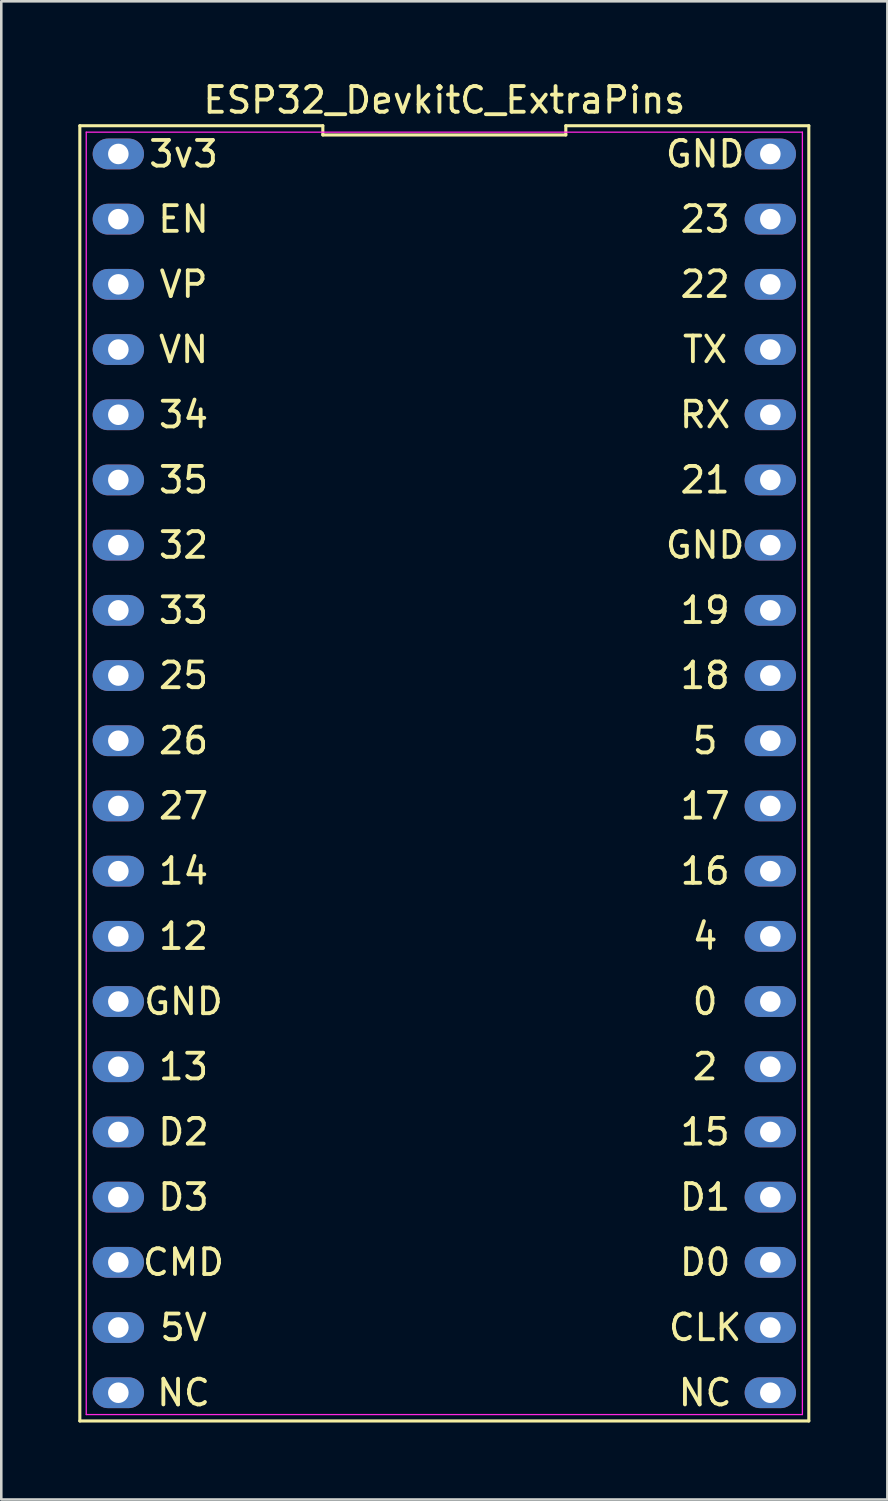
<source format=kicad_pcb>
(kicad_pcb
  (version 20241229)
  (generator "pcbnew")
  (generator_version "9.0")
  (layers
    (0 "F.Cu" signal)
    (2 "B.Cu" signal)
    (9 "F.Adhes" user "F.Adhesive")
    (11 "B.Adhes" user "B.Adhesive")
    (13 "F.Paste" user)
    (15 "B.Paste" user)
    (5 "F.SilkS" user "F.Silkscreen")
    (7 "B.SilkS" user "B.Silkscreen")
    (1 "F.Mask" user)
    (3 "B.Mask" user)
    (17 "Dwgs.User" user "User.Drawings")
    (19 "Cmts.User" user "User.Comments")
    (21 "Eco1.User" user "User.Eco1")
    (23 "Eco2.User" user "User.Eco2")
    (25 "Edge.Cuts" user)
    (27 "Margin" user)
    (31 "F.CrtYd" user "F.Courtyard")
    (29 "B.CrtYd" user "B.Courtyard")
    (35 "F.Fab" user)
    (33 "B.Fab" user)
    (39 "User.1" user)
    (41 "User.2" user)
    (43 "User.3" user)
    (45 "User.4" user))
  (footprint "ESP32_DevkitC_ExtraPins"
    (layer "F.Cu")
    (at 14.26 25.808)
    (property "Reference" "ESP32_DevkitC_ExtraPins" (at 0 -24.96 0) (layer "F.SilkS") (effects (font (size 1 1) (thickness 0.15))))
    (attr through_hole)
    (fp_line (start -14.2 26.5) (end 14.2 26.5) (stroke (width 0.12) (type solid)) (layer "F.SilkS"))
    (fp_line (start -14.2 -23.96) (end -14.2 26.5) (stroke (width 0.12) (type solid)) (layer "F.SilkS"))
    (fp_line (start -4.733 -23.96) (end -14.2 -23.96) (stroke (width 0.12) (type solid)) (layer "F.SilkS"))
    (fp_line (start -4.733 -23.6) (end -4.733 -23.96) (stroke (width 0.12) (type solid)) (layer "F.SilkS"))
    (fp_line (start 4.733 -23.96) (end 4.733 -23.6) (stroke (width 0.12) (type solid)) (layer "F.SilkS"))
    (fp_line (start 4.733 -23.6) (end -4.733 -23.6) (stroke (width 0.12) (type solid)) (layer "F.SilkS"))
    (fp_line (start 14.2 26.5) (end 14.2 -23.96) (stroke (width 0.12) (type solid)) (layer "F.SilkS"))
    (fp_line (start 14.2 -23.96) (end 4.733 -23.96) (stroke (width 0.12) (type solid)) (layer "F.SilkS"))
    (fp_line (start -13.95 -23.71) (end 13.95 -23.71) (stroke (width 0.05) (type solid)) (layer "F.CrtYd"))
    (fp_line (start -13.95 26.25) (end -13.95 -23.71) (stroke (width 0.05) (type solid)) (layer "F.CrtYd"))
    (fp_line (start 13.95 -23.71) (end 13.95 26.25) (stroke (width 0.05) (type solid)) (layer "F.CrtYd"))
    (fp_line (start 13.95 26.25) (end -13.95 26.25) (stroke (width 0.05) (type solid)) (layer "F.CrtYd"))
    (fp_text user "VP" (at -10.16 -17.78 0) (layer "F.SilkS") (effects (font (size 1 1) (thickness 0.15))))
    (fp_text user "EN" (at -10.16 -20.32 180) (layer "F.SilkS") (effects (font (size 1 1) (thickness 0.15))))
    (fp_text user "23" (at 10.16 -20.32 0) (layer "F.SilkS") (effects (font (size 1 1) (thickness 0.15))))
    (fp_text user "18" (at 10.16 -2.54 0) (layer "F.SilkS") (effects (font (size 1 1) (thickness 0.15))))
    (fp_text user "26" (at -10.16 0 0) (layer "F.SilkS") (effects (font (size 1 1) (thickness 0.15))))
    (fp_text user "5V" (at -10.16 22.86 0) (layer "F.SilkS") (effects (font (size 1 1) (thickness 0.15))))
    (fp_text user "4" (at 10.16 7.62 0) (layer "F.SilkS") (effects (font (size 1 1) (thickness 0.15))))
    (fp_text user "2" (at 10.16 12.7 0) (layer "F.SilkS") (effects (font (size 1 1) (thickness 0.15))))
    (fp_text user "14" (at -10.16 5.08 0) (layer "F.SilkS") (effects (font (size 1 1) (thickness 0.15))))
    (fp_text user "25" (at -10.16 -2.54 0) (layer "F.SilkS") (effects (font (size 1 1) (thickness 0.15))))
    (fp_text user "NC" (at -10.16 25.4 0) (layer "F.SilkS") (effects (font (size 1 1) (thickness 0.15))))
    (fp_text user "27" (at -10.16 2.54 0) (layer "F.SilkS") (effects (font (size 1 1) (thickness 0.15))))
    (fp_text user "CMD" (at -10.16 20.32 0) (layer "F.SilkS") (effects (font (size 1 1) (thickness 0.15))))
    (fp_text user "17" (at 10.16 2.54 0) (layer "F.SilkS") (effects (font (size 1 1) (thickness 0.15))))
    (fp_text user "3v3" (at -10.16 -22.86 0) (layer "F.SilkS") (effects (font (size 1 1) (thickness 0.15))))
    (fp_text user "GND" (at -10.16 10.16 0) (layer "F.SilkS") (effects (font (size 1 1) (thickness 0.15))))
    (fp_text user "GND" (at 10.16 -7.62 0) (layer "F.SilkS") (effects (font (size 1 1) (thickness 0.15))))
    (fp_text user "22" (at 10.16 -17.78 0) (layer "F.SilkS") (effects (font (size 1 1) (thickness 0.15))))
    (fp_text user "0" (at 10.16 10.16 0) (layer "F.SilkS") (effects (font (size 1 1) (thickness 0.15))))
    (fp_text user "5" (at 10.16 0 0) (layer "F.SilkS") (effects (font (size 1 1) (thickness 0.15))))
    (fp_text user "VN" (at -10.16 -15.24 0) (layer "F.SilkS") (effects (font (size 1 1) (thickness 0.15))))
    (fp_text user "RX" (at 10.16 -12.7 0) (layer "F.SilkS") (effects (font (size 1 1) (thickness 0.15))))
    (fp_text user "34" (at -10.16 -12.7 0) (layer "F.SilkS") (effects (font (size 1 1) (thickness 0.15))))
    (fp_text user "15" (at 10.16 15.24 0) (layer "F.SilkS") (effects (font (size 1 1) (thickness 0.15))))
    (fp_text user "21" (at 10.16 -10.16 0) (layer "F.SilkS") (effects (font (size 1 1) (thickness 0.15))))
    (fp_text user "CLK" (at 10.16 22.86 0) (layer "F.SilkS") (effects (font (size 1 1) (thickness 0.15))))
    (fp_text user "NC" (at 10.16 25.4 0) (layer "F.SilkS") (effects (font (size 1 1) (thickness 0.15))))
    (fp_text user "D3" (at -10.16 17.78 0) (layer "F.SilkS") (effects (font (size 1 1) (thickness 0.15))))
    (fp_text user "13" (at -10.16 12.7 0) (layer "F.SilkS") (effects (font (size 1 1) (thickness 0.15))))
    (fp_text user "35" (at -10.16 -10.16 0) (layer "F.SilkS") (effects (font (size 1 1) (thickness 0.15))))
    (fp_text user "33" (at -10.16 -5.08 0) (layer "F.SilkS") (effects (font (size 1 1) (thickness 0.15))))
    (fp_text user "32" (at -10.16 -7.62 0) (layer "F.SilkS") (effects (font (size 1 1) (thickness 0.15))))
    (fp_text user "12" (at -10.16 7.62 0) (layer "F.SilkS") (effects (font (size 1 1) (thickness 0.15))))
    (fp_text user "16" (at 10.16 5.08 0) (layer "F.SilkS") (effects (font (size 1 1) (thickness 0.15))))
    (fp_text user "TX" (at 10.16 -15.24 0) (layer "F.SilkS") (effects (font (size 1 1) (thickness 0.15))))
    (fp_text user "D1" (at 10.16 17.78 0) (layer "F.SilkS") (effects (font (size 1 1) (thickness 0.15))))
    (fp_text user "19" (at 10.16 -5.08 0) (layer "F.SilkS") (effects (font (size 1 1) (thickness 0.15))))
    (fp_text user "D0" (at 10.16 20.32 0) (layer "F.SilkS") (effects (font (size 1 1) (thickness 0.15))))
    (fp_text user "D2" (at -10.16 15.24 0) (layer "F.SilkS") (effects (font (size 1 1) (thickness 0.15))))
    (fp_text user "GND" (at 10.16 -22.86 0) (layer "F.SilkS") (effects (font (size 1 1) (thickness 0.15))))
    (pad "1" thru_hole oval (at -12.7 -22.86 270) (size 1.2 2) (drill 0.8) (layers "*.Cu" "*.Mask"))
    (pad "2" thru_hole oval (at -12.7 -20.32 270) (size 1.2 2) (drill 0.8) (layers "*.Cu" "*.Mask"))
    (pad "3" thru_hole oval (at -12.7 -17.78 270) (size 1.2 2) (drill 0.8) (layers "*.Cu" "*.Mask"))
    (pad "4" thru_hole oval (at -12.7 -15.24 270) (size 1.2 2) (drill 0.8) (layers "*.Cu" "*.Mask"))
    (pad "5" thru_hole oval (at -12.7 -12.7 270) (size 1.2 2) (drill 0.8) (layers "*.Cu" "*.Mask"))
    (pad "6" thru_hole oval (at -12.7 -10.16 270) (size 1.2 2) (drill 0.8) (layers "*.Cu" "*.Mask"))
    (pad "7" thru_hole oval (at -12.7 -7.62 270) (size 1.2 2) (drill 0.8) (layers "*.Cu" "*.Mask"))
    (pad "8" thru_hole oval (at -12.7 -5.08 270) (size 1.2 2) (drill 0.8) (layers "*.Cu" "*.Mask"))
    (pad "9" thru_hole oval (at -12.7 -2.54 270) (size 1.2 2) (drill 0.8) (layers "*.Cu" "*.Mask"))
    (pad "10" thru_hole oval (at -12.7 0 270) (size 1.2 2) (drill 0.8) (layers "*.Cu" "*.Mask"))
    (pad "11" thru_hole oval (at -12.7 2.54 270) (size 1.2 2) (drill 0.8) (layers "*.Cu" "*.Mask"))
    (pad "12" thru_hole oval (at -12.7 5.08 270) (size 1.2 2) (drill 0.8) (layers "*.Cu" "*.Mask"))
    (pad "13" thru_hole oval (at -12.7 7.62 270) (size 1.2 2) (drill 0.8) (layers "*.Cu" "*.Mask"))
    (pad "14" thru_hole oval (at -12.7 10.16 270) (size 1.2 2) (drill 0.8) (layers "*.Cu" "*.Mask"))
    (pad "15" thru_hole oval (at -12.7 12.7 270) (size 1.2 2) (drill 0.8) (layers "*.Cu" "*.Mask"))
    (pad "16" thru_hole oval (at -12.7 15.24 270) (size 1.2 2) (drill 0.8) (layers "*.Cu" "*.Mask"))
    (pad "17" thru_hole oval (at -12.7 17.78 270) (size 1.2 2) (drill 0.8) (layers "*.Cu" "*.Mask"))
    (pad "18" thru_hole oval (at -12.7 20.32 270) (size 1.2 2) (drill 0.8) (layers "*.Cu" "*.Mask"))
    (pad "19" thru_hole oval (at -12.7 22.86 270) (size 1.2 2) (drill 0.8) (layers "*.Cu" "*.Mask"))
    (pad "20" thru_hole oval (at 12.7 22.86 270) (size 1.2 2) (drill 0.8) (layers "*.Cu" "*.Mask"))
    (pad "21" thru_hole oval (at 12.7 20.32 270) (size 1.2 2) (drill 0.8) (layers "*.Cu" "*.Mask"))
    (pad "22" thru_hole oval (at 12.7 17.78 270) (size 1.2 2) (drill 0.8) (layers "*.Cu" "*.Mask"))
    (pad "23" thru_hole oval (at 12.7 15.24 270) (size 1.2 2) (drill 0.8) (layers "*.Cu" "*.Mask"))
    (pad "24" thru_hole oval (at 12.7 12.7 270) (size 1.2 2) (drill 0.8) (layers "*.Cu" "*.Mask"))
    (pad "25" thru_hole oval (at 12.7 10.16 270) (size 1.2 2) (drill 0.8) (layers "*.Cu" "*.Mask"))
    (pad "26" thru_hole oval (at 12.7 7.62 270) (size 1.2 2) (drill 0.8) (layers "*.Cu" "*.Mask"))
    (pad "27" thru_hole oval (at 12.7 5.08 270) (size 1.2 2) (drill 0.8) (layers "*.Cu" "*.Mask"))
    (pad "28" thru_hole oval (at 12.7 2.54 270) (size 1.2 2) (drill 0.8) (layers "*.Cu" "*.Mask"))
    (pad "29" thru_hole oval (at 12.7 0 270) (size 1.2 2) (drill 0.8) (layers "*.Cu" "*.Mask"))
    (pad "30" thru_hole oval (at 12.7 -2.54 270) (size 1.2 2) (drill 0.8) (layers "*.Cu" "*.Mask"))
    (pad "31" thru_hole oval (at 12.7 -5.08 270) (size 1.2 2) (drill 0.8) (layers "*.Cu" "*.Mask"))
    (pad "32" thru_hole oval (at 12.7 -7.62 270) (size 1.2 2) (drill 0.8) (layers "*.Cu" "*.Mask"))
    (pad "33" thru_hole oval (at 12.7 -10.16 270) (size 1.2 2) (drill 0.8) (layers "*.Cu" "*.Mask"))
    (pad "34" thru_hole oval (at 12.7 -12.7 270) (size 1.2 2) (drill 0.8) (layers "*.Cu" "*.Mask"))
    (pad "35" thru_hole oval (at 12.7 -15.24 270) (size 1.2 2) (drill 0.8) (layers "*.Cu" "*.Mask"))
    (pad "36" thru_hole oval (at 12.7 -17.78 270) (size 1.2 2) (drill 0.8) (layers "*.Cu" "*.Mask"))
    (pad "37" thru_hole oval (at 12.7 -20.32 270) (size 1.2 2) (drill 0.8) (layers "*.Cu" "*.Mask"))
    (pad "38" thru_hole oval (at 12.7 -22.86 270) (size 1.2 2) (drill 0.8) (layers "*.Cu" "*.Mask"))
    (pad "39" thru_hole oval (at -12.7 25.4 270) (size 1.2 2) (drill 0.8) (layers "*.Cu" "*.Mask"))
    (pad "40" thru_hole oval (at 12.7 25.4 270) (size 1.2 2) (drill 0.8) (layers "*.Cu" "*.Mask")))
  (gr_rect
    (start -3 -3)
    (end 31.52 55.368)
    (stroke (width 0.1) (type default))
    (fill no)
    (layer "Edge.Cuts")))
</source>
